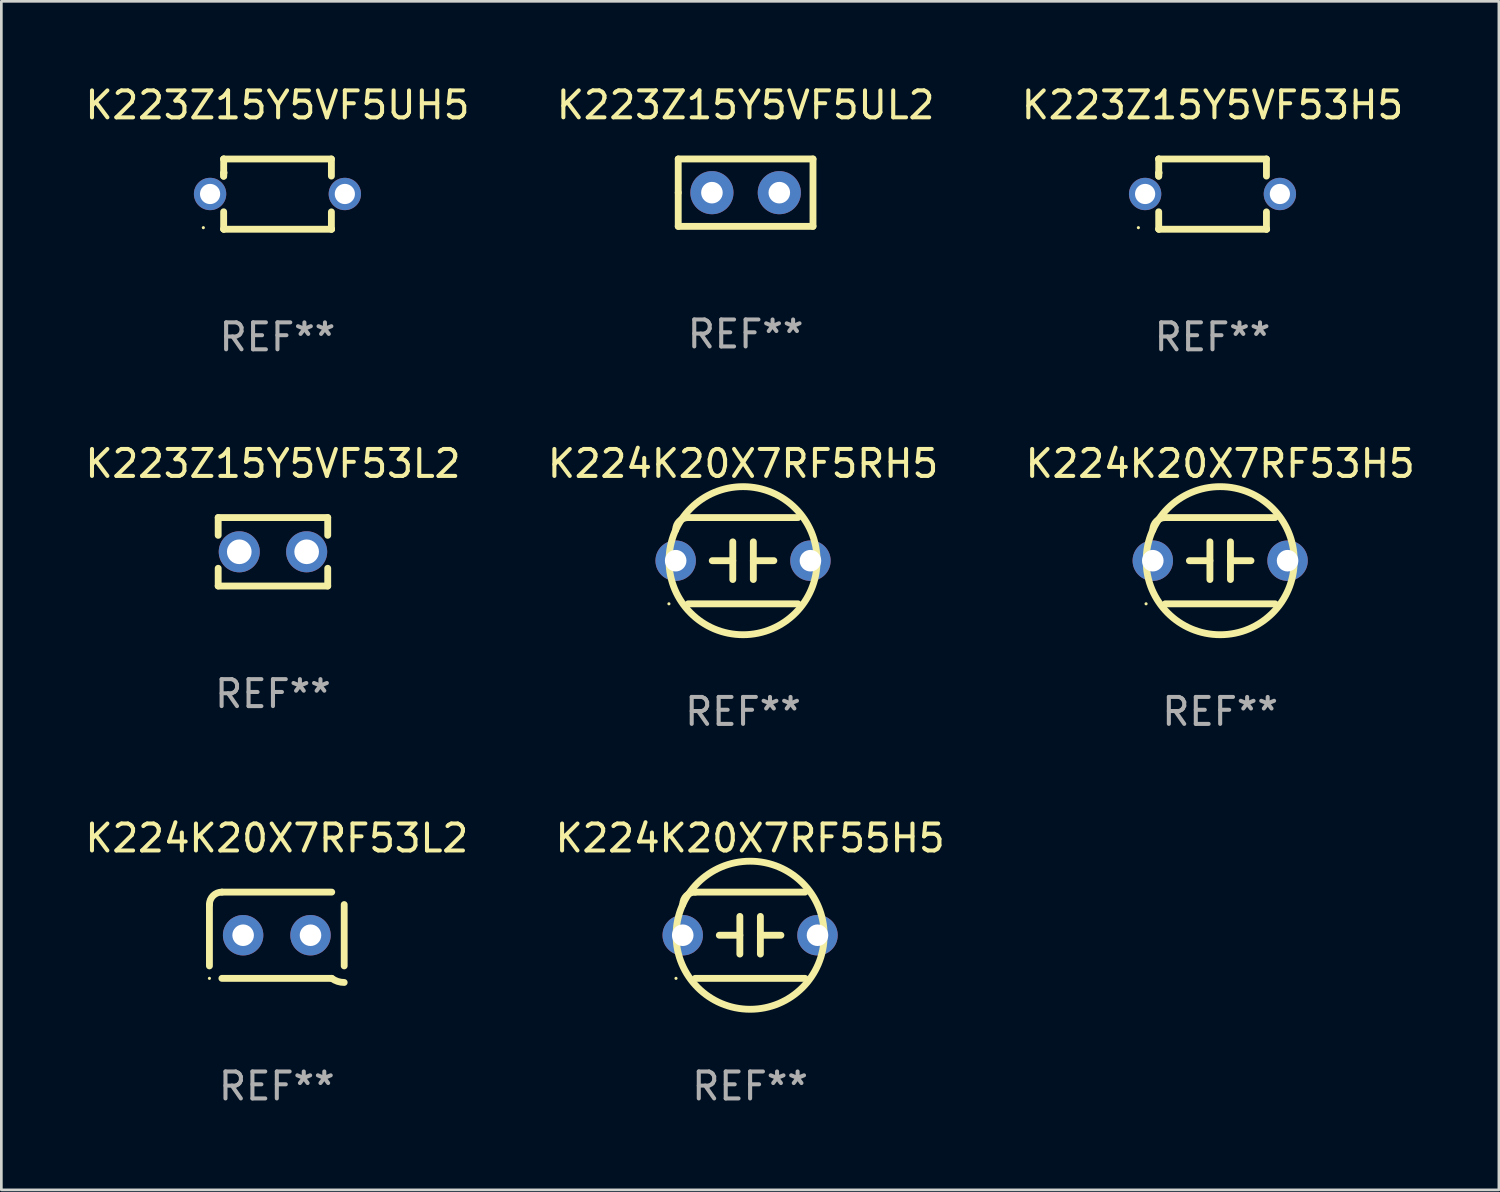
<source format=kicad_pcb>
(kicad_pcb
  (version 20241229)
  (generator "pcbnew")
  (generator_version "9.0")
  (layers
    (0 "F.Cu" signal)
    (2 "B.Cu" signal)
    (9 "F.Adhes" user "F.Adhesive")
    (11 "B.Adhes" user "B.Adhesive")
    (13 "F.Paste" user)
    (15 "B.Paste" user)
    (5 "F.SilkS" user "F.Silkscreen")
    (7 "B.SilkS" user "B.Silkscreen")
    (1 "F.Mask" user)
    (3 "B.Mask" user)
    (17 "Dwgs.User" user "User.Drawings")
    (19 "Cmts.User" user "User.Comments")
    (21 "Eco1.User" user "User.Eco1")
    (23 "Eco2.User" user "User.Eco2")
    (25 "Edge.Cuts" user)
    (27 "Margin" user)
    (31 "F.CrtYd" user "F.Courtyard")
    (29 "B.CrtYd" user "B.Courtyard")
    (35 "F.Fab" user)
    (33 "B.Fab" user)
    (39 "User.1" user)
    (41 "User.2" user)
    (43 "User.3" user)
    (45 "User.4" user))
  (footprint "K224K20X7RF5RH5"
    (layer "F.Cu")
    (at 24.518 17.752)
    (property "Reference" "K224K20X7RF5RH5" (at 0 -3.6 0) (layer "F.SilkS") (effects (font (size 1 1) (thickness 0.15))))
    (attr through_hole)
    (fp_line (start -2.038 1.6) (end 2.038 1.6) (stroke (width 0.254) (type solid)) (layer "F.SilkS"))
    (fp_line (start -1.143 0) (end -0.381 0) (stroke (width 0.254) (type solid)) (layer "F.SilkS"))
    (fp_line (start -0.381 -0.699) (end -0.381 0.699) (stroke (width 0.254) (type solid)) (layer "F.SilkS"))
    (fp_line (start 0.381 -0.699) (end 0.381 0.699) (stroke (width 0.254) (type solid)) (layer "F.SilkS"))
    (fp_line (start 1.143 0) (end 0.381 0) (stroke (width 0.254) (type solid)) (layer "F.SilkS"))
    (fp_line (start 2.038 -1.6) (end -2.038 -1.6) (stroke (width 0.254) (type solid)) (layer "F.SilkS"))
    (fp_arc (start -2.500127 -1.137744) (mid -2.364728 -1.464626) (end -2.037846 -1.600025) (stroke (width 0.254001) (type solid)) (layer "F.SilkS"))
    (fp_arc (start -2.500127 1.137719) (mid 2.500149 -1.137741) (end -2.500127 1.137719) (stroke (width 0.254001) (type solid)) (layer "F.SilkS"))
    (fp_circle (center -2.75 1.6) (end -2.72 1.6) (stroke (width 0.06) (type solid)) (fill no) (layer "F.SilkS"))
    (fp_text user "REF**" (at 0 5.6 0) (layer "F.Fab") (effects (font (size 1 1) (thickness 0.15))))
    (pad "1" thru_hole circle (at -2.5 0) (size 1.5 1.5) (drill 0.8) (layers "*.Cu" "*.Mask"))
    (pad "2" thru_hole circle (at 2.5 0) (size 1.5 1.5) (drill 0.8) (layers "*.Cu" "*.Mask")))
  (footprint "K224K20X7RF55H5"
    (layer "F.Cu")
    (at 24.78 31.648)
    (property "Reference" "K224K20X7RF55H5" (at 0 -3.6 0) (layer "F.SilkS") (effects (font (size 1 1) (thickness 0.15))))
    (attr through_hole)
    (fp_line (start -2.038 1.6) (end 2.038 1.6) (stroke (width 0.254) (type solid)) (layer "F.SilkS"))
    (fp_line (start -1.143 0) (end -0.381 0) (stroke (width 0.254) (type solid)) (layer "F.SilkS"))
    (fp_line (start -0.381 -0.699) (end -0.381 0.699) (stroke (width 0.254) (type solid)) (layer "F.SilkS"))
    (fp_line (start 0.381 -0.699) (end 0.381 0.699) (stroke (width 0.254) (type solid)) (layer "F.SilkS"))
    (fp_line (start 1.143 0) (end 0.381 0) (stroke (width 0.254) (type solid)) (layer "F.SilkS"))
    (fp_line (start 2.038 -1.6) (end -2.038 -1.6) (stroke (width 0.254) (type solid)) (layer "F.SilkS"))
    (fp_arc (start -2.500127 -1.137744) (mid -2.364728 -1.464626) (end -2.037846 -1.600025) (stroke (width 0.254001) (type solid)) (layer "F.SilkS"))
    (fp_arc (start -2.500127 1.137719) (mid 2.500149 -1.137741) (end -2.500127 1.137719) (stroke (width 0.254001) (type solid)) (layer "F.SilkS"))
    (fp_circle (center -2.75 1.6) (end -2.72 1.6) (stroke (width 0.06) (type solid)) (fill no) (layer "F.SilkS"))
    (fp_text user "REF**" (at 0 5.6 0) (layer "F.Fab") (effects (font (size 1 1) (thickness 0.15))))
    (pad "1" thru_hole circle (at -2.5 0) (size 1.5 1.5) (drill 0.8) (layers "*.Cu" "*.Mask"))
    (pad "2" thru_hole circle (at 2.5 0) (size 1.5 1.5) (drill 0.8) (layers "*.Cu" "*.Mask")))
  (footprint "K224K20X7RF53L2"
    (layer "F.Cu")
    (at 7.22 31.648)
    (property "Reference" "K224K20X7RF53L2" (at 0 -3.6 0) (layer "F.SilkS") (effects (font (size 1 1) (thickness 0.15))))
    (attr through_hole)
    (fp_line (start -2.5 1.138) (end -2.5 -1.138) (stroke (width 0.254) (type solid)) (layer "F.SilkS"))
    (fp_line (start -2.038 1.6) (end 2.038 1.6) (stroke (width 0.254) (type solid)) (layer "F.SilkS"))
    (fp_line (start 2.038 -1.6) (end -2.038 -1.6) (stroke (width 0.254) (type solid)) (layer "F.SilkS"))
    (fp_line (start 2.5 -1.138) (end 2.5 1.138) (stroke (width 0.254) (type solid)) (layer "F.SilkS"))
    (fp_arc (start -2.5 -1.137744) (mid -2.364601 -1.464626) (end -2.037719 -1.600025) (stroke (width 0.254001) (type solid)) (layer "F.SilkS"))
    (fp_arc (start -2.5 1.137719) (mid 2.500022 -1.137741) (end -2.5 1.137719) (stroke (width 0.254001) (type solid)) (layer "F.SilkS"))
    (fp_arc (start 2.5 1.751767) (mid 2.256726 1.712861) (end 2.037719 1.600025) (stroke (width 0.254001) (type solid)) (layer "F.SilkS"))
    (fp_circle (center -2.5 1.6) (end -2.47 1.6) (stroke (width 0.06) (type solid)) (fill no) (layer "F.SilkS"))
    (fp_text user "REF**" (at 0 5.6 0) (layer "F.Fab") (effects (font (size 1 1) (thickness 0.15))))
    (pad "1" thru_hole circle (at -1.25 -0.000076) (size 1.5 1.5) (drill 0.8) (layers "*.Cu" "*.Mask"))
    (pad "2" thru_hole circle (at 1.25 -0.000076) (size 1.5 1.5) (drill 0.8) (layers "*.Cu" "*.Mask")))
  (footprint "K223Z15Y5VF5UH5"
    (layer "F.Cu")
    (at 7.244 4.152)
    (property "Reference" "K223Z15Y5VF5UH5" (at 0 -3.303 0) (layer "F.SilkS") (effects (font (size 1 1) (thickness 0.15))))
    (attr through_hole)
    (fp_line (start -1.996 -0.782) (end -1.983 -0.795) (stroke (width 0.254) (type solid)) (layer "F.SilkS"))
    (fp_line (start -1.996 -0.665) (end -1.996 -0.782) (stroke (width 0.254) (type solid)) (layer "F.SilkS"))
    (fp_line (start -1.996 1.297) (end -1.996 0.655) (stroke (width 0.254) (type solid)) (layer "F.SilkS"))
    (fp_line (start -1.996 -1.303) (end 2.001 -1.303) (stroke (width 0.254) (type solid)) (layer "F.SilkS"))
    (fp_line (start -1.995 -1.303) (end -1.996 -1.303) (stroke (width 0.254) (type solid)) (layer "F.SilkS"))
    (fp_line (start -1.995 -0.664) (end -1.995 -1.303) (stroke (width 0.254) (type solid)) (layer "F.SilkS"))
    (fp_line (start -1.99 1.303) (end -1.996 1.297) (stroke (width 0.254) (type solid)) (layer "F.SilkS"))
    (fp_line (start 2.001 -1.303) (end 2.001 -0.669) (stroke (width 0.254) (type solid)) (layer "F.SilkS"))
    (fp_line (start 2.001 0.659) (end 2.001 1.297) (stroke (width 0.254) (type solid)) (layer "F.SilkS"))
    (fp_line (start 2.001 1.297) (end 2.008 1.303) (stroke (width 0.254) (type solid)) (layer "F.SilkS"))
    (fp_line (start 2.008 1.303) (end -1.99 1.303) (stroke (width 0.254) (type solid)) (layer "F.SilkS"))
    (fp_circle (center -2.75 1.245) (end -2.72 1.245) (stroke (width 0.06) (type solid)) (fill no) (layer "F.SilkS"))
    (fp_text user "REF**" (at 0 5.303 0) (layer "F.Fab") (effects (font (size 1 1) (thickness 0.15))))
    (pad "1" thru_hole circle (at -2.5 -0.005) (size 1.2 1.2) (drill 0.75) (layers "*.Cu" "*.Mask"))
    (pad "2" thru_hole circle (at 2.5 -0.005) (size 1.2 1.2) (drill 0.75) (layers "*.Cu" "*.Mask")))
  (footprint "K223Z15Y5VF5UL2"
    (layer "F.Cu")
    (at 24.613 4.098)
    (property "Reference" "K223Z15Y5VF5UL2" (at 0 -3.25 0) (layer "F.SilkS") (effects (font (size 1 1) (thickness 0.15))))
    (attr through_hole)
    (fp_line (start -2.5 -1.25) (end 2.5 -1.25) (stroke (width 0.254) (type solid)) (layer "F.SilkS"))
    (fp_line (start -2.5 0) (end -2.5 -1.25) (stroke (width 0.254) (type solid)) (layer "F.SilkS"))
    (fp_line (start -2.5 1.25) (end -2.5 0) (stroke (width 0.254) (type solid)) (layer "F.SilkS"))
    (fp_line (start 2.5 -1.25) (end 2.5 1.25) (stroke (width 0.254) (type solid)) (layer "F.SilkS"))
    (fp_line (start 2.5 1.25) (end -2.5 1.25) (stroke (width 0.254) (type solid)) (layer "F.SilkS"))
    (fp_circle (center -2.5 1.25) (end -2.47 1.25) (stroke (width 0.06) (type solid)) (fill no) (layer "F.SilkS"))
    (fp_text user "REF**" (at 0 5.25 0) (layer "F.Fab") (effects (font (size 1 1) (thickness 0.15))))
    (pad "1" thru_hole circle (at -1.25 0) (size 1.6 1.6) (drill 0.8) (layers "*.Cu" "*.Mask"))
    (pad "2" thru_hole circle (at 1.25 0) (size 1.6 1.6) (drill 0.8) (layers "*.Cu" "*.Mask")))
  (footprint "K223Z15Y5VF53H5"
    (layer "F.Cu")
    (at 41.935 4.152)
    (property "Reference" "K223Z15Y5VF53H5" (at 0 -3.303 0) (layer "F.SilkS") (effects (font (size 1 1) (thickness 0.15))))
    (attr through_hole)
    (fp_line (start -1.996 -0.782) (end -1.983 -0.795) (stroke (width 0.254) (type solid)) (layer "F.SilkS"))
    (fp_line (start -1.996 -0.665) (end -1.996 -0.782) (stroke (width 0.254) (type solid)) (layer "F.SilkS"))
    (fp_line (start -1.996 1.297) (end -1.996 0.655) (stroke (width 0.254) (type solid)) (layer "F.SilkS"))
    (fp_line (start -1.996 -1.303) (end 2.001 -1.303) (stroke (width 0.254) (type solid)) (layer "F.SilkS"))
    (fp_line (start -1.995 -1.303) (end -1.996 -1.303) (stroke (width 0.254) (type solid)) (layer "F.SilkS"))
    (fp_line (start -1.995 -0.664) (end -1.995 -1.303) (stroke (width 0.254) (type solid)) (layer "F.SilkS"))
    (fp_line (start -1.99 1.303) (end -1.996 1.297) (stroke (width 0.254) (type solid)) (layer "F.SilkS"))
    (fp_line (start 2.001 -1.303) (end 2.001 -0.669) (stroke (width 0.254) (type solid)) (layer "F.SilkS"))
    (fp_line (start 2.001 0.659) (end 2.001 1.297) (stroke (width 0.254) (type solid)) (layer "F.SilkS"))
    (fp_line (start 2.001 1.297) (end 2.008 1.303) (stroke (width 0.254) (type solid)) (layer "F.SilkS"))
    (fp_line (start 2.008 1.303) (end -1.99 1.303) (stroke (width 0.254) (type solid)) (layer "F.SilkS"))
    (fp_circle (center -2.75 1.245) (end -2.72 1.245) (stroke (width 0.06) (type solid)) (fill no) (layer "F.SilkS"))
    (fp_text user "REF**" (at 0 5.303 0) (layer "F.Fab") (effects (font (size 1 1) (thickness 0.15))))
    (pad "1" thru_hole circle (at -2.5 -0.005) (size 1.2 1.2) (drill 0.75) (layers "*.Cu" "*.Mask"))
    (pad "2" thru_hole circle (at 2.5 -0.005) (size 1.2 1.2) (drill 0.75) (layers "*.Cu" "*.Mask")))
  (footprint "K223Z15Y5VF53L2"
    (layer "F.Cu")
    (at 7.077 17.422)
    (property "Reference" "K223Z15Y5VF53L2" (at 0 -3.27 0) (layer "F.SilkS") (effects (font (size 1 1) (thickness 0.15))))
    (attr through_hole)
    (fp_line (start -2.032 -1.27) (end -2.032 -0.611) (stroke (width 0.254) (type solid)) (layer "F.SilkS"))
    (fp_line (start -2.032 0.611) (end -2.032 1.27) (stroke (width 0.254) (type solid)) (layer "F.SilkS"))
    (fp_line (start -2.032 1.27) (end 2.032 1.27) (stroke (width 0.254) (type solid)) (layer "F.SilkS"))
    (fp_line (start 2.032 -1.27) (end -2.032 -1.27) (stroke (width 0.254) (type solid)) (layer "F.SilkS"))
    (fp_line (start 2.032 -0.611) (end 2.032 -1.27) (stroke (width 0.254) (type solid)) (layer "F.SilkS"))
    (fp_line (start 2.032 1.27) (end 2.032 0.611) (stroke (width 0.254) (type solid)) (layer "F.SilkS"))
    (fp_circle (center -2 1.3) (end -1.97 1.3) (stroke (width 0.06) (type solid)) (fill no) (layer "F.SilkS"))
    (fp_text user "REF**" (at 0 5.27 0) (layer "F.Fab") (effects (font (size 1 1) (thickness 0.15))))
    (pad "1" thru_hole circle (at -1.25 0) (size 1.524 1.524) (drill 0.914) (layers "*.Cu" "*.Mask"))
    (pad "2" thru_hole circle (at 1.25 0) (size 1.524 1.524) (drill 0.914) (layers "*.Cu" "*.Mask")))
  (footprint "K224K20X7RF53H5"
    (layer "F.Cu")
    (at 42.22 17.752)
    (property "Reference" "K224K20X7RF53H5" (at 0 -3.6 0) (layer "F.SilkS") (effects (font (size 1 1) (thickness 0.15))))
    (attr through_hole)
    (fp_line (start -2.038 1.6) (end 2.038 1.6) (stroke (width 0.254) (type solid)) (layer "F.SilkS"))
    (fp_line (start -1.143 0) (end -0.381 0) (stroke (width 0.254) (type solid)) (layer "F.SilkS"))
    (fp_line (start -0.381 -0.699) (end -0.381 0.699) (stroke (width 0.254) (type solid)) (layer "F.SilkS"))
    (fp_line (start 0.381 -0.699) (end 0.381 0.699) (stroke (width 0.254) (type solid)) (layer "F.SilkS"))
    (fp_line (start 1.143 0) (end 0.381 0) (stroke (width 0.254) (type solid)) (layer "F.SilkS"))
    (fp_line (start 2.038 -1.6) (end -2.038 -1.6) (stroke (width 0.254) (type solid)) (layer "F.SilkS"))
    (fp_arc (start -2.500127 -1.137744) (mid -2.364728 -1.464626) (end -2.037846 -1.600025) (stroke (width 0.254001) (type solid)) (layer "F.SilkS"))
    (fp_arc (start -2.500127 1.137719) (mid 2.500149 -1.137741) (end -2.500127 1.137719) (stroke (width 0.254001) (type solid)) (layer "F.SilkS"))
    (fp_circle (center -2.75 1.6) (end -2.72 1.6) (stroke (width 0.06) (type solid)) (fill no) (layer "F.SilkS"))
    (fp_text user "REF**" (at 0 5.6 0) (layer "F.Fab") (effects (font (size 1 1) (thickness 0.15))))
    (pad "1" thru_hole circle (at -2.5 0) (size 1.5 1.5) (drill 0.8) (layers "*.Cu" "*.Mask"))
    (pad "2" thru_hole circle (at 2.5 0) (size 1.5 1.5) (drill 0.8) (layers "*.Cu" "*.Mask")))
  (gr_rect
    (start -3 -3)
    (end 52.56 41.096)
    (stroke (width 0.1) (type default))
    (fill no)
    (layer "Edge.Cuts")))
</source>
